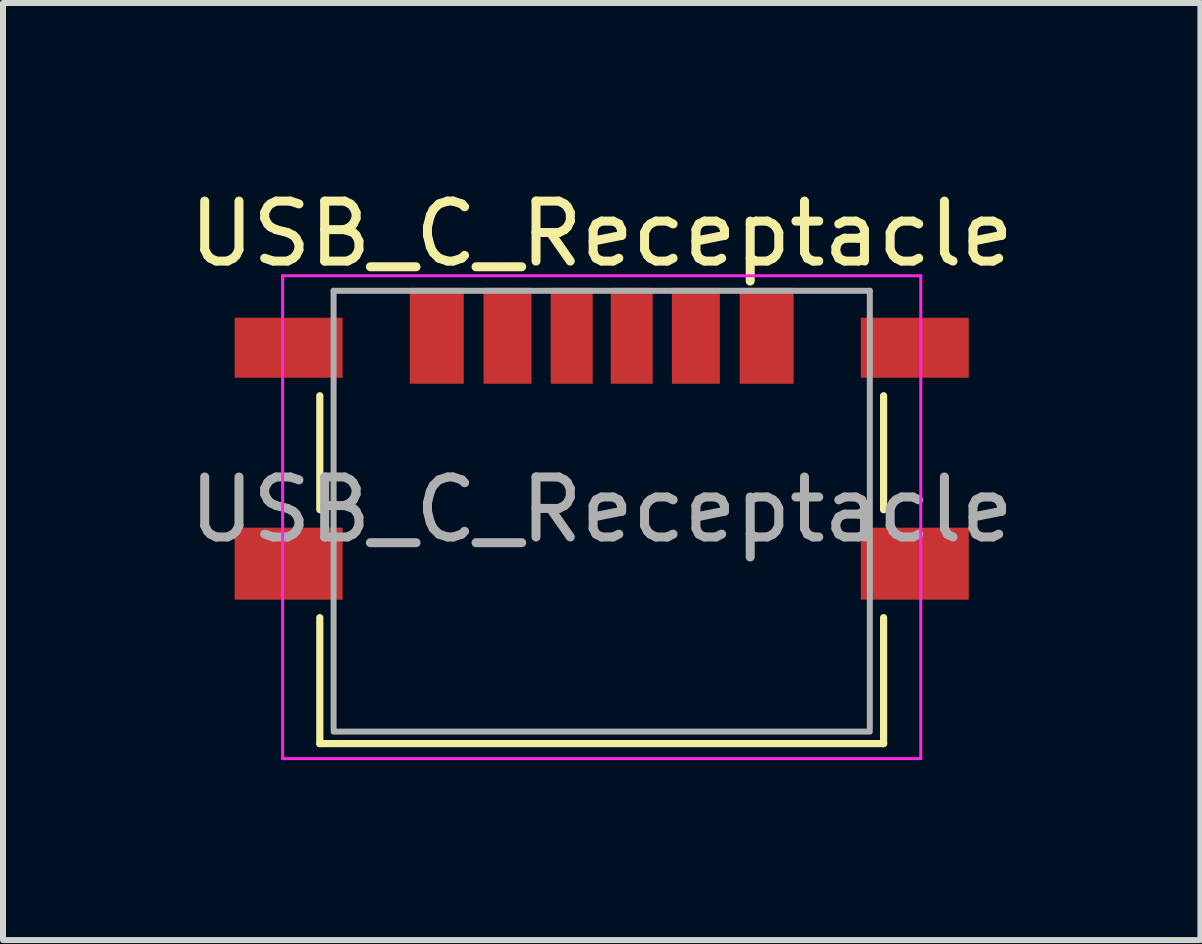
<source format=kicad_pcb>
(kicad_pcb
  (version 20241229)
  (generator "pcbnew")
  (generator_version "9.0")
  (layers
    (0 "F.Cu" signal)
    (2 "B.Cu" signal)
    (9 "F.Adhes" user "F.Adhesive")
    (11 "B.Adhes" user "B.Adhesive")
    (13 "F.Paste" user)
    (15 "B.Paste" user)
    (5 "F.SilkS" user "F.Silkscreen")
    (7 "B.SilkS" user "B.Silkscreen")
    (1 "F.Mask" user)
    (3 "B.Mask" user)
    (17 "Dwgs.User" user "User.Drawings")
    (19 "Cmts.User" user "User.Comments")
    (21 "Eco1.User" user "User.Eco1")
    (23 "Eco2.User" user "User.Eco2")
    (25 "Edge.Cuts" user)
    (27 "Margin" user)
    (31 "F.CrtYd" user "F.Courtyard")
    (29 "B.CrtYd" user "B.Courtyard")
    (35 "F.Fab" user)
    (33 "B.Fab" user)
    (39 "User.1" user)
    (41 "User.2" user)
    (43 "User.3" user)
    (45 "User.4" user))
  (footprint "USB_C_Receptacle"
    (layer "F.Cu")
    (at 6.982 5.448)
    (property "Reference" "USB_C_Receptacle" (at 0 -4.6 0) (layer "F.SilkS") (effects (font (size 1 1) (thickness 0.15))))
    (attr smd)
    (fp_line (start -4.7 -1.9) (end -4.7 0) (stroke (width 0.12) (type solid)) (layer "F.SilkS"))
    (fp_line (start -4.7 1.8) (end -4.7 3.9) (stroke (width 0.12) (type solid)) (layer "F.SilkS"))
    (fp_line (start -4.7 3.9) (end 4.7 3.9) (stroke (width 0.12) (type solid)) (layer "F.SilkS"))
    (fp_line (start 4.7 -1.9) (end 4.7 0) (stroke (width 0.12) (type solid)) (layer "F.SilkS"))
    (fp_line (start 4.7 1.8) (end 4.7 3.9) (stroke (width 0.12) (type solid)) (layer "F.SilkS"))
    (fp_line (start -5.32 -3.9) (end -5.32 4.15) (stroke (width 0.05) (type solid)) (layer "F.CrtYd"))
    (fp_line (start -5.32 -3.9) (end 5.32 -3.9) (stroke (width 0.05) (type solid)) (layer "F.CrtYd"))
    (fp_line (start -5.32 4.15) (end 5.32 4.15) (stroke (width 0.05) (type solid)) (layer "F.CrtYd"))
    (fp_line (start 5.32 -3.9) (end 5.32 4.15) (stroke (width 0.05) (type solid)) (layer "F.CrtYd"))
    (fp_line (start -4.47 -3.65) (end -4.47 3.65) (stroke (width 0.1) (type solid)) (layer "F.Fab"))
    (fp_line (start -4.47 -3.65) (end 4.47 -3.65) (stroke (width 0.1) (type solid)) (layer "F.Fab"))
    (fp_line (start -4.47 3.7) (end 4.47 3.7) (stroke (width 0.1) (type solid)) (layer "F.Fab"))
    (fp_line (start 4.47 -3.65) (end 4.47 3.65) (stroke (width 0.1) (type solid)) (layer "F.Fab"))
    (fp_text user "${REFERENCE}" (at 0 0 0) (layer "F.Fab") (effects (font (size 1 1) (thickness 0.15))))
    (pad "A5" smd rect (at -0.5 -2.9) (size 0.7 1.6) (layers "F.Cu" "F.Mask" "F.Paste"))
    (pad "A9" smd rect (at 1.57 -2.9) (size 0.8 1.6) (layers "F.Cu" "F.Mask" "F.Paste"))
    (pad "A12" smd rect (at 2.75 -2.9) (size 0.9 1.6) (layers "F.Cu" "F.Mask" "F.Paste"))
    (pad "B5" smd rect (at 0.5 -2.9) (size 0.7 1.6) (layers "F.Cu" "F.Mask" "F.Paste"))
    (pad "B9" smd rect (at -1.57 -2.9) (size 0.8 1.6) (layers "F.Cu" "F.Mask" "F.Paste"))
    (pad "B12" smd rect (at -2.75 -2.9) (size 0.9 1.6) (layers "F.Cu" "F.Mask" "F.Paste"))
    (pad "S1" smd rect (at -5.22 -2.7) (size 1.8 1) (layers "F.Cu" "F.Mask" "F.Paste"))
    (pad "S2" smd rect (at 5.22 -2.7) (size 1.8 1) (layers "F.Cu" "F.Mask" "F.Paste"))
    (pad "S3" smd rect (at 5.22 0.9) (size 1.8 1.2) (layers "F.Cu" "F.Mask" "F.Paste"))
    (pad "S4" smd rect (at -5.22 0.9) (size 1.8 1.2) (layers "F.Cu" "F.Mask" "F.Paste")))
  (gr_rect
    (start -3 -3)
    (end 16.964 12.623)
    (stroke (width 0.1) (type default))
    (fill no)
    (layer "Edge.Cuts")))
</source>
